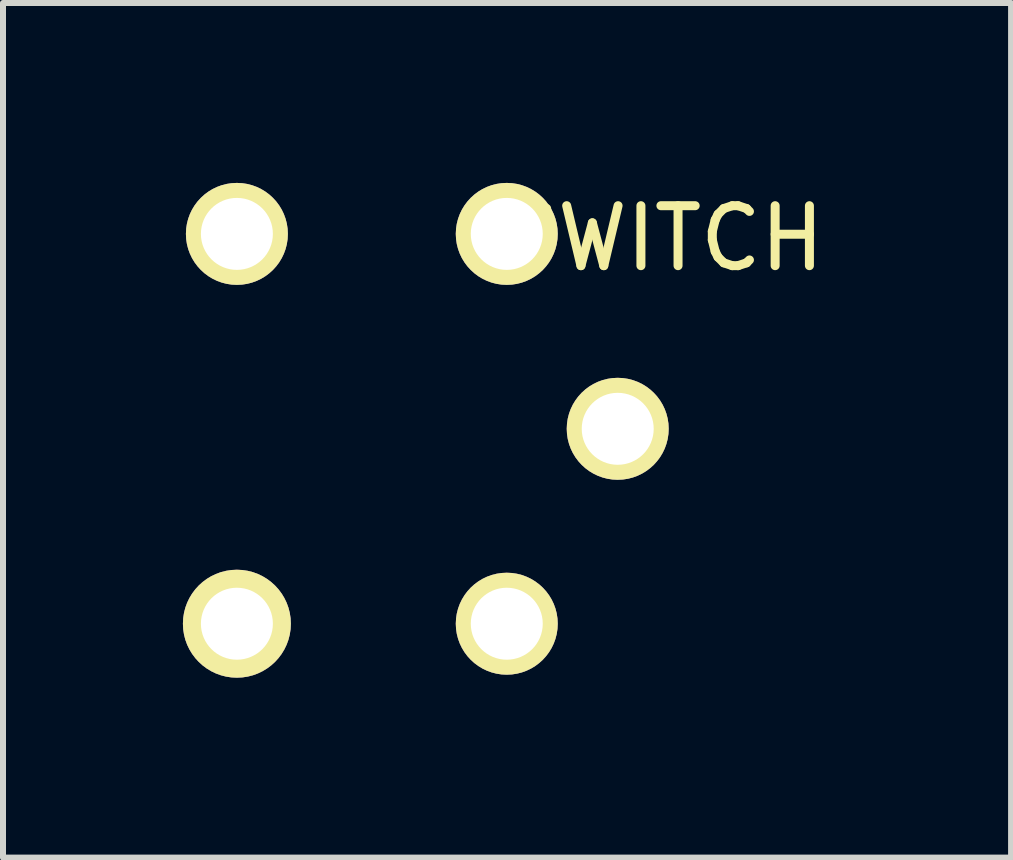
<source format=kicad_pcb>
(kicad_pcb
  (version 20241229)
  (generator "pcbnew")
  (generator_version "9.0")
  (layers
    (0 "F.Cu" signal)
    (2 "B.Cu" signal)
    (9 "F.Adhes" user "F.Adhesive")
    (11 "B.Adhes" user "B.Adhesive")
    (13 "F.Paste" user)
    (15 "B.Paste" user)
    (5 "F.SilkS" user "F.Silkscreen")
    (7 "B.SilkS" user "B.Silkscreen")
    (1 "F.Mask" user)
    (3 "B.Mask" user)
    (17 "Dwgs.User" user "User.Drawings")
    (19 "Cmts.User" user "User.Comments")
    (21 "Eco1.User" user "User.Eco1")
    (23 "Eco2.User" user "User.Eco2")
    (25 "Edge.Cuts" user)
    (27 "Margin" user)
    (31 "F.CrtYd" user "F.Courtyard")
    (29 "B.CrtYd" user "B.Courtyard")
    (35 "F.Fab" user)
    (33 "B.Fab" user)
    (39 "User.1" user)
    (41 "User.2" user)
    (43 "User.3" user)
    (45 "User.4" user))
  (footprint "SWITCH"
    (layer "F.Cu")
    (at 3.15 4.1)
    (property "Reference" "SWITCH" (at 4.844 -3.175 0) (layer "F.SilkS") (effects (font (size 1 1) (thickness 0.15))))
    (attr through_hole)
    (pad "1" thru_hole circle (at -2.25 3.25) (size 1.8 1.8) (drill 1.2) (layers "*.Cu" "*.Mask" "F.SilkS"))
    (pad "2" thru_hole circle (at -2.25 -3.25) (size 1.7 1.7) (drill 1.2) (layers "*.Cu" "*.Mask" "F.SilkS"))
    (pad "3" thru_hole circle (at 2.25 -3.25) (size 1.7 1.7) (drill 1.2) (layers "*.Cu" "*.Mask" "F.SilkS"))
    (pad "4" thru_hole circle (at 2.25 3.25) (size 1.7 1.7) (drill 1.2) (layers "*.Cu" "*.Mask" "F.SilkS"))
    (pad "5" thru_hole circle (at 4.1 0) (size 1.7 1.7) (drill 1.2) (layers "*.Cu" "*.Mask" "F.SilkS")))
  (gr_rect
    (start -3 -3)
    (end 13.809 11.25)
    (stroke (width 0.1) (type default))
    (fill no)
    (layer "Edge.Cuts")))
</source>
